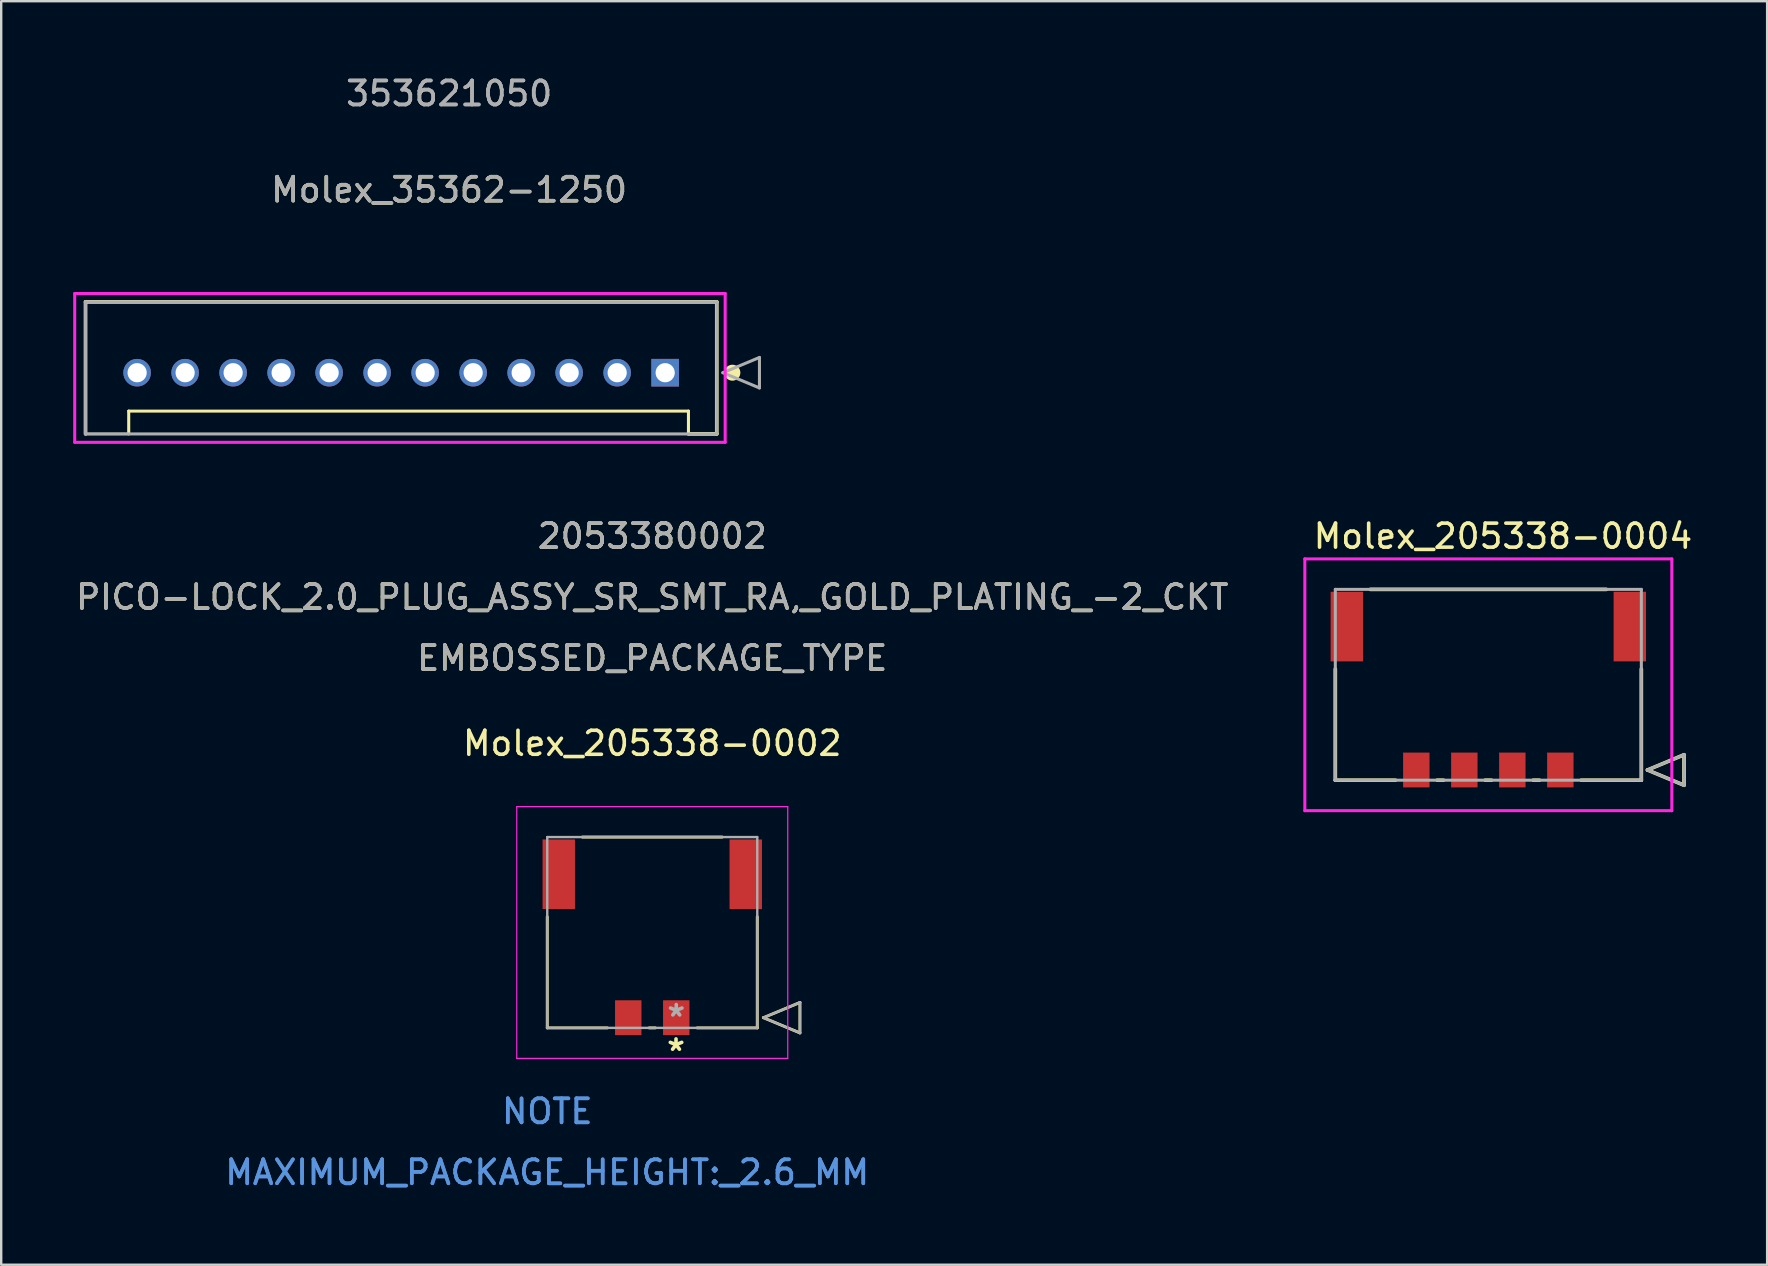
<source format=kicad_pcb>
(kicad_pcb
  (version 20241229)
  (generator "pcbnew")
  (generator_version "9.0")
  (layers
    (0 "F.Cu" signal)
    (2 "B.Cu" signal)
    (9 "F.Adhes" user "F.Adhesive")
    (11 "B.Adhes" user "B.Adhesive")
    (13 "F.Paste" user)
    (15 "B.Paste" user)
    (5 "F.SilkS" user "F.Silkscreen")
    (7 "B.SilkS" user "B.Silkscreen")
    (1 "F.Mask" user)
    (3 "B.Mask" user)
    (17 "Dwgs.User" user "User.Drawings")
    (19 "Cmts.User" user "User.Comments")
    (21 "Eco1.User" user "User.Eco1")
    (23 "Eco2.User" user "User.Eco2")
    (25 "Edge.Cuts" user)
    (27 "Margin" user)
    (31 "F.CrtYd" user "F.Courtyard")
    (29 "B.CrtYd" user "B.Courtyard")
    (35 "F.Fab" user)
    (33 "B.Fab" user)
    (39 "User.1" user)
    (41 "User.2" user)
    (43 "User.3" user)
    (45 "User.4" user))
  (footprint "Molex_35362-1250"
    (layer "F.Cu")
    (at 24.663 12.478)
    (property "Reference" "Molex_35362-1250" (at -9 -7.62 0) (unlocked yes) (layer "F.SilkS") (effects (font (size 1 1) (thickness 0.15))))
    (attr through_hole)
    (fp_line (start -24.15 -2.95) (end -24.15 2.55) (stroke (width 0.152) (type solid)) (layer "F.SilkS"))
    (fp_line (start -24.15 2.55) (end -22.35 2.55) (stroke (width 0.1) (type default)) (layer "F.SilkS"))
    (fp_line (start -22.35 1.6) (end 0.97 1.6) (stroke (width 0.127) (type default)) (layer "F.SilkS"))
    (fp_line (start -22.35 2.55) (end -22.35 1.6) (stroke (width 0.127) (type solid)) (layer "F.SilkS"))
    (fp_line (start 0.97 1.6) (end 0.97 2.55) (stroke (width 0.127) (type solid)) (layer "F.SilkS"))
    (fp_line (start 0.97 2.55) (end 2.15 2.55) (stroke (width 0.152) (type solid)) (layer "F.SilkS"))
    (fp_line (start 2.15 -2.95) (end -24.15 -2.95) (stroke (width 0.152) (type solid)) (layer "F.SilkS"))
    (fp_line (start 2.15 2.55) (end 2.15 -2.95) (stroke (width 0.152) (type solid)) (layer "F.SilkS"))
    (fp_circle (center 2.8 0) (end 3.083 0) (stroke (width 0.1) (type solid)) (fill yes) (layer "F.SilkS"))
    (fp_line (start -24.6 -3.3) (end -24.6 2.9) (stroke (width 0.127) (type solid)) (layer "F.CrtYd"))
    (fp_line (start -24.6 2.9) (end 2.5 2.9) (stroke (width 0.127) (type solid)) (layer "F.CrtYd"))
    (fp_line (start 2.5 -3.3) (end -24.6 -3.3) (stroke (width 0.127) (type solid)) (layer "F.CrtYd"))
    (fp_line (start 2.5 2.9) (end 2.5 -3.3) (stroke (width 0.127) (type solid)) (layer "F.CrtYd"))
    (fp_line (start -24.15 -2.95) (end -24.15 2.55) (stroke (width 0.127) (type solid)) (layer "F.Fab"))
    (fp_line (start -24.15 2.55) (end 2.15 2.55) (stroke (width 0.127) (type solid)) (layer "F.Fab"))
    (fp_line (start 2.15 -2.95) (end -24.15 -2.95) (stroke (width 0.127) (type solid)) (layer "F.Fab"))
    (fp_line (start 2.15 2.55) (end 2.15 -2.95) (stroke (width 0.127) (type solid)) (layer "F.Fab"))
    (fp_line (start 2.404 0) (end 3.928 -0.635) (stroke (width 0.127) (type solid)) (layer "F.Fab"))
    (fp_line (start 3.928 -0.635) (end 3.928 0.635) (stroke (width 0.127) (type solid)) (layer "F.Fab"))
    (fp_line (start 3.928 0.635) (end 2.404 0) (stroke (width 0.127) (type solid)) (layer "F.Fab"))
    (fp_text user "353621050" (at -9 -11.63 0) (unlocked yes) (layer "F.Fab") (effects (font (size 1 1) (thickness 0.15))))
    (fp_text user "${REFERENCE}" (at -9 -7.62 0) (unlocked yes) (layer "F.Fab") (effects (font (size 1 1) (thickness 0.15))))
    (fp_text user "353621050" (at -9 -11.63 0) (unlocked yes) (layer "F.Fab") (effects (font (size 1 1) (thickness 0.15))))
    (pad "1" thru_hole rect (at 0 0) (size 1.15 1.15) (drill 0.8) (layers "*.Cu" "*.Mask"))
    (pad "2" thru_hole circle (at -2 0) (size 1.15 1.15) (drill 0.8) (layers "*.Cu" "*.Mask"))
    (pad "3" thru_hole circle (at -4 0) (size 1.15 1.15) (drill 0.8) (layers "*.Cu" "*.Mask"))
    (pad "4" thru_hole circle (at -6 0) (size 1.15 1.15) (drill 0.8) (layers "*.Cu" "*.Mask"))
    (pad "5" thru_hole circle (at -8 0) (size 1.15 1.15) (drill 0.8) (layers "*.Cu" "*.Mask"))
    (pad "6" thru_hole circle (at -10 0) (size 1.15 1.15) (drill 0.8) (layers "*.Cu" "*.Mask"))
    (pad "7" thru_hole circle (at -12 0) (size 1.15 1.15) (drill 0.8) (layers "*.Cu" "*.Mask"))
    (pad "8" thru_hole circle (at -14 0) (size 1.15 1.15) (drill 0.8) (layers "*.Cu" "*.Mask"))
    (pad "9" thru_hole circle (at -16 0) (size 1.15 1.15) (drill 0.8) (layers "*.Cu" "*.Mask"))
    (pad "10" thru_hole circle (at -18 0) (size 1.15 1.15) (drill 0.8) (layers "*.Cu" "*.Mask"))
    (pad "11" thru_hole circle (at -20 0) (size 1.15 1.15) (drill 0.8) (layers "*.Cu" "*.Mask"))
    (pad "12" thru_hole circle (at -22 0) (size 1.15 1.15) (drill 0.8) (layers "*.Cu" "*.Mask")))
  (footprint "Molex_205338-0002"
    (layer "F.Cu")
    (at 25.125 39.35)
    (property "Reference" "Molex_205338-0002" (at -1 -11.43 0) (layer "F.SilkS") (effects (font (size 1 1) (thickness 0.15))))
    (attr smd)
    (fp_line (start -5.375 -4.205) (end -5.375 0.425) (stroke (width 0.12) (type solid)) (layer "F.SilkS"))
    (fp_line (start -5.375 0.425) (end -2.87 0.425) (stroke (width 0.12) (type solid)) (layer "F.SilkS"))
    (fp_line (start -1.13 0.425) (end -0.87 0.425) (stroke (width 0.12) (type solid)) (layer "F.SilkS"))
    (fp_line (start 0.87 0.425) (end 3.375 0.425) (stroke (width 0.12) (type solid)) (layer "F.SilkS"))
    (fp_line (start 1.916 -7.525) (end -3.916 -7.525) (stroke (width 0.12) (type solid)) (layer "F.SilkS"))
    (fp_line (start 3.375 0.425) (end 3.375 -4.205) (stroke (width 0.12) (type solid)) (layer "F.SilkS"))
    (fp_line (start 3.629 0) (end 5.153 -0.635) (stroke (width 0.12) (type solid)) (layer "F.SilkS"))
    (fp_line (start 5.153 -0.635) (end 5.153 0.635) (stroke (width 0.12) (type solid)) (layer "F.SilkS"))
    (fp_line (start 5.153 0.635) (end 3.629 0) (stroke (width 0.12) (type solid)) (layer "F.SilkS"))
    (fp_line (start -6.645 -8.795) (end -6.645 1.695) (stroke (width 0.05) (type solid)) (layer "F.CrtYd"))
    (fp_line (start -6.645 1.695) (end 4.645 1.695) (stroke (width 0.05) (type solid)) (layer "F.CrtYd"))
    (fp_line (start 4.645 -8.795) (end -6.645 -8.795) (stroke (width 0.05) (type solid)) (layer "F.CrtYd"))
    (fp_line (start 4.645 1.695) (end 4.645 -8.795) (stroke (width 0.05) (type solid)) (layer "F.CrtYd"))
    (fp_line (start -5.375 -7.525) (end -5.375 0.425) (stroke (width 0.1) (type solid)) (layer "F.Fab"))
    (fp_line (start -5.375 0.425) (end 3.375 0.425) (stroke (width 0.1) (type solid)) (layer "F.Fab"))
    (fp_line (start 3.375 -7.525) (end -5.375 -7.525) (stroke (width 0.1) (type solid)) (layer "F.Fab"))
    (fp_line (start 3.375 0.425) (end 3.375 -7.525) (stroke (width 0.1) (type solid)) (layer "F.Fab"))
    (fp_line (start 3.629 0) (end 5.153 -0.635) (stroke (width 0.1) (type solid)) (layer "F.Fab"))
    (fp_line (start 5.153 -0.635) (end 5.153 0.635) (stroke (width 0.1) (type solid)) (layer "F.Fab"))
    (fp_line (start 5.153 0.635) (end 3.629 0) (stroke (width 0.1) (type solid)) (layer "F.Fab"))
    (fp_text user "*" (at -0.01 1.43 0) (layer "F.SilkS") (effects (font (size 1 1) (thickness 0.15))))
    (fp_text user "EMBOSSED_PACKAGE_TYPE" (at -1 -14.98 0) (layer "F.SilkS") (effects (font (size 1 1) (thickness 0.15))))
    (fp_text user "2053380002" (at -1 -20.06 0) (layer "F.SilkS") (effects (font (size 1 1) (thickness 0.15))))
    (fp_text user "PICO-LOCK_2.0_PLUG_ASSY_SR_SMT_RA,_GOLD_PLATING_-2_CKT" (at -1 -17.52 0) (layer "F.SilkS") (effects (font (size 1 1) (thickness 0.15))))
    (fp_text user "Copyright 2021 Accelerated Designs. All rights reserved." (at 0 0 0) (layer "Cmts.User") (effects (font (size 0.127 0.127) (thickness 0.002))))
    (fp_text user "NOTE" (at -5.375 3.905 0) (layer "Cmts.User") (effects (font (size 1 1) (thickness 0.15))))
    (fp_text user "MAXIMUM_PACKAGE_HEIGHT:_2.6_MM" (at -5.375 6.445 0) (layer "Cmts.User") (effects (font (size 1 1) (thickness 0.15))))
    (fp_text user "MAXIMUM_PACKAGE_HEIGHT:_2.6_MM" (at -5.375 6.445 0) (layer "Cmts.User") (effects (font (size 1 1) (thickness 0.15))))
    (fp_text user "NOTE" (at -5.375 3.905 0) (layer "Cmts.User") (effects (font (size 1 1) (thickness 0.15))))
    (fp_text user "PICO-LOCK_2.0_PLUG_ASSY_SR_SMT_RA,_GOLD_PLATING_-2_CKT" (at -1 -17.52 0) (layer "F.Fab") (effects (font (size 1 1) (thickness 0.15))))
    (fp_text user "EMBOSSED_PACKAGE_TYPE" (at -1 -14.98 0) (layer "F.Fab") (effects (font (size 1 1) (thickness 0.15))))
    (fp_text user "*" (at 0 0 0) (layer "F.Fab") (effects (font (size 1 1) (thickness 0.15))))
    (fp_text user "2053380002" (at -1 -20.06 0) (layer "F.Fab") (effects (font (size 1 1) (thickness 0.15))))
    (pad "1" smd rect (at 0 0) (size 1.1 1.45) (layers "F.Cu" "F.Mask" "F.Paste"))
    (pad "2" smd rect (at -2 0) (size 1.1 1.45) (layers "F.Cu" "F.Mask" "F.Paste"))
    (pad "3" smd rect (at 2.895 -5.975) (size 1.35 2.9) (layers "F.Cu" "F.Mask" "F.Paste"))
    (pad "4" smd rect (at -4.895 -5.975) (size 1.35 2.9) (layers "F.Cu" "F.Mask" "F.Paste")))
  (footprint "Molex_205338-0004"
    (layer "F.Cu")
    (at 61.958 29.03)
    (property "Reference" "Molex_205338-0004" (at -2.39 -9.74 0) (unlocked yes) (layer "F.SilkS") (effects (font (size 1 1) (thickness 0.15))))
    (attr smd)
    (fp_line (start -9.375 -4.205) (end -9.375 0.425) (stroke (width 0.152) (type solid)) (layer "F.SilkS"))
    (fp_line (start -9.375 0.425) (end -6.87 0.425) (stroke (width 0.152) (type solid)) (layer "F.SilkS"))
    (fp_line (start -5.13 0.425) (end -4.87 0.425) (stroke (width 0.152) (type solid)) (layer "F.SilkS"))
    (fp_line (start -3.13 0.425) (end -2.87 0.425) (stroke (width 0.152) (type solid)) (layer "F.SilkS"))
    (fp_line (start -1.13 0.425) (end -0.87 0.425) (stroke (width 0.152) (type solid)) (layer "F.SilkS"))
    (fp_line (start 0.87 0.425) (end 3.375 0.425) (stroke (width 0.152) (type solid)) (layer "F.SilkS"))
    (fp_line (start 1.916 -7.525) (end -7.916 -7.525) (stroke (width 0.152) (type solid)) (layer "F.SilkS"))
    (fp_line (start 3.375 0.425) (end 3.375 -4.205) (stroke (width 0.152) (type solid)) (layer "F.SilkS"))
    (fp_line (start 3.629 0) (end 5.153 -0.635) (stroke (width 0.152) (type solid)) (layer "F.SilkS"))
    (fp_line (start 5.153 -0.635) (end 5.153 0.635) (stroke (width 0.152) (type solid)) (layer "F.SilkS"))
    (fp_line (start 5.153 0.635) (end 3.629 0) (stroke (width 0.152) (type solid)) (layer "F.SilkS"))
    (fp_line (start -10.645 -8.795) (end -10.645 1.695) (stroke (width 0.127) (type solid)) (layer "F.CrtYd"))
    (fp_line (start -10.645 1.695) (end 4.645 1.695) (stroke (width 0.127) (type solid)) (layer "F.CrtYd"))
    (fp_line (start 4.645 -8.795) (end -10.645 -8.795) (stroke (width 0.127) (type solid)) (layer "F.CrtYd"))
    (fp_line (start 4.645 1.695) (end 4.645 -8.795) (stroke (width 0.127) (type solid)) (layer "F.CrtYd"))
    (fp_line (start -9.375 -7.525) (end -9.375 0.425) (stroke (width 0.127) (type solid)) (layer "F.Fab"))
    (fp_line (start -9.375 0.425) (end 3.375 0.425) (stroke (width 0.127) (type solid)) (layer "F.Fab"))
    (fp_line (start 3.375 -7.525) (end -9.375 -7.525) (stroke (width 0.127) (type solid)) (layer "F.Fab"))
    (fp_line (start 3.375 0.425) (end 3.375 -7.525) (stroke (width 0.127) (type solid)) (layer "F.Fab"))
    (fp_line (start 3.629 0) (end 5.153 -0.635) (stroke (width 0.127) (type solid)) (layer "F.Fab"))
    (fp_line (start 5.153 -0.635) (end 5.153 0.635) (stroke (width 0.127) (type solid)) (layer "F.Fab"))
    (fp_line (start 5.153 0.635) (end 3.629 0) (stroke (width 0.127) (type solid)) (layer "F.Fab"))
    (pad "1" smd rect (at 0 0) (size 1.1 1.45) (layers "F.Cu" "F.Mask" "F.Paste"))
    (pad "2" smd rect (at -2 0) (size 1.1 1.45) (layers "F.Cu" "F.Mask" "F.Paste"))
    (pad "3" smd rect (at -4 0) (size 1.1 1.45) (layers "F.Cu" "F.Mask" "F.Paste"))
    (pad "4" smd rect (at -6 0) (size 1.1 1.45) (layers "F.Cu" "F.Mask" "F.Paste"))
    (pad "MP" smd rect (at -8.895 -5.975) (size 1.35 2.9) (layers "F.Cu" "F.Mask" "F.Paste"))
    (pad "MP" smd rect (at 2.895 -5.975) (size 1.35 2.9) (layers "F.Cu" "F.Mask" "F.Paste")))
  (gr_rect
    (start -3 -3)
    (end 70.574 49.643)
    (stroke (width 0.1) (type default))
    (fill no)
    (layer "Edge.Cuts")))
</source>
